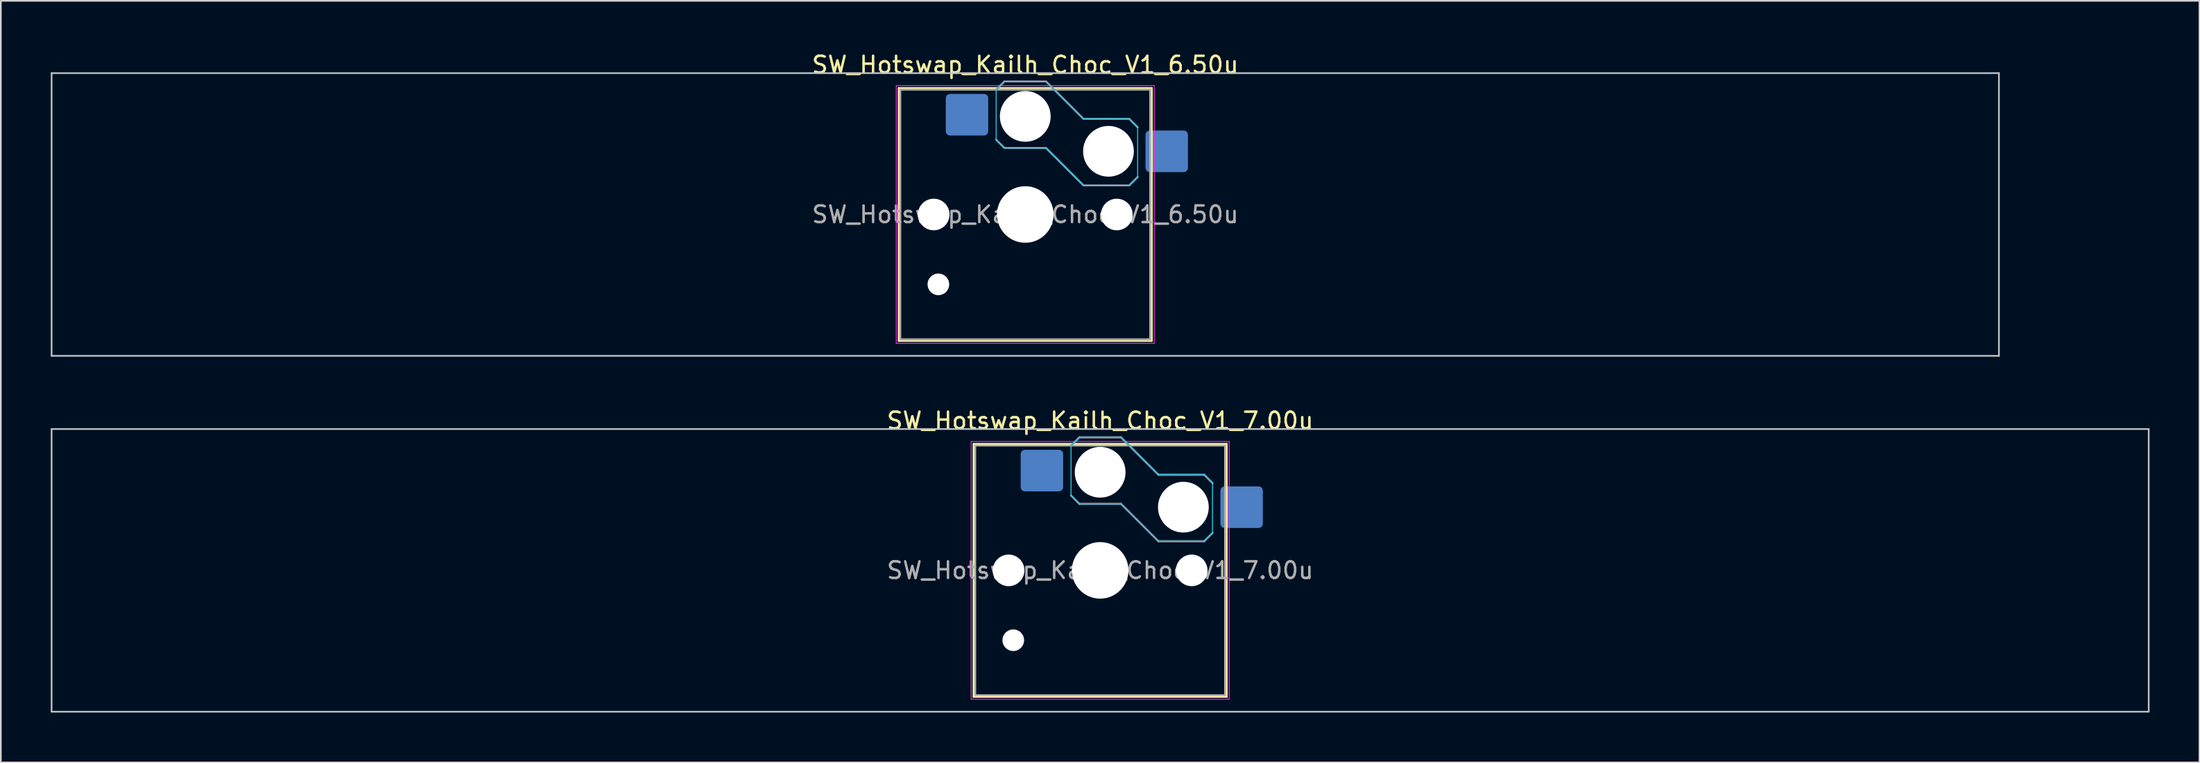
<source format=kicad_pcb>
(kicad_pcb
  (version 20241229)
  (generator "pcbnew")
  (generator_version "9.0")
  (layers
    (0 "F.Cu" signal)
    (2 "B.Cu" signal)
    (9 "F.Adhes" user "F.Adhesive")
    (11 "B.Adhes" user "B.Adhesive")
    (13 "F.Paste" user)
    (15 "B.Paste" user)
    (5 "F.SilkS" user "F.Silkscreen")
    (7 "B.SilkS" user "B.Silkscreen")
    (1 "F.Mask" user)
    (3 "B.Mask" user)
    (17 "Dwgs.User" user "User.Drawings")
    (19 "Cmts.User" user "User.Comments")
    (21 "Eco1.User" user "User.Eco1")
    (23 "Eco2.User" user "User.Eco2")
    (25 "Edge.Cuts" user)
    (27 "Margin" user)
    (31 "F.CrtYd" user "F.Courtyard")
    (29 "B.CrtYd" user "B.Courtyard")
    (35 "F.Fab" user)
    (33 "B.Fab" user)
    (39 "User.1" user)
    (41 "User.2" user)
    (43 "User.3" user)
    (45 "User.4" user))
  (footprint "SW_Hotswap_Kailh_Choc_V1_6.50u"
    (layer "F.Cu")
    (at 58.55 9.848)
    (property "Reference" "SW_Hotswap_Kailh_Choc_V1_6.50u" (at 0 -9 0) (layer "F.SilkS") (effects (font (size 1 1) (thickness 0.15))))
    (attr smd)
    (fp_line (start -7.6 -7.6) (end -7.6 7.6) (stroke (width 0.12) (type solid)) (layer "F.SilkS"))
    (fp_line (start -7.6 7.6) (end 7.6 7.6) (stroke (width 0.12) (type solid)) (layer "F.SilkS"))
    (fp_line (start 7.6 -7.6) (end -7.6 -7.6) (stroke (width 0.12) (type solid)) (layer "F.SilkS"))
    (fp_line (start 7.6 7.6) (end 7.6 -7.6) (stroke (width 0.12) (type solid)) (layer "F.SilkS"))
    (fp_line (start -1.75 -7.5) (end -1.25 -8) (stroke (width 0.12) (type solid)) (layer "B.SilkS"))
    (fp_line (start -1.25 -8) (end 1.25 -8) (stroke (width 0.12) (type solid)) (layer "B.SilkS"))
    (fp_line (start -1.25 -4) (end -1.75 -4.5) (stroke (width 0.12) (type solid)) (layer "B.SilkS"))
    (fp_line (start 1.25 -8) (end 3.5 -5.75) (stroke (width 0.12) (type solid)) (layer "B.SilkS"))
    (fp_line (start 1.25 -4) (end -1.25 -4) (stroke (width 0.12) (type solid)) (layer "B.SilkS"))
    (fp_line (start 3.5 -5.75) (end 6.25 -5.75) (stroke (width 0.12) (type solid)) (layer "B.SilkS"))
    (fp_line (start 3.5 -1.75) (end 1.25 -4) (stroke (width 0.12) (type solid)) (layer "B.SilkS"))
    (fp_line (start 6.25 -5.75) (end 6.75 -5.25) (stroke (width 0.12) (type solid)) (layer "B.SilkS"))
    (fp_line (start 6.25 -1.75) (end 3.5 -1.75) (stroke (width 0.12) (type solid)) (layer "B.SilkS"))
    (fp_line (start 6.75 -2.25) (end 6.25 -1.75) (stroke (width 0.12) (type solid)) (layer "B.SilkS"))
    (fp_line (start -58.5 -8.5) (end -58.5 8.5) (stroke (width 0.1) (type solid)) (layer "Dwgs.User"))
    (fp_line (start -58.5 8.5) (end 58.5 8.5) (stroke (width 0.1) (type solid)) (layer "Dwgs.User"))
    (fp_line (start 58.5 -8.5) (end -58.5 -8.5) (stroke (width 0.1) (type solid)) (layer "Dwgs.User"))
    (fp_line (start 58.5 8.5) (end 58.5 -8.5) (stroke (width 0.1) (type solid)) (layer "Dwgs.User"))
    (fp_line (start -7.25 -7.25) (end -7.25 7.25) (stroke (width 0.1) (type solid)) (layer "Eco1.User"))
    (fp_line (start -7.25 7.25) (end 7.25 7.25) (stroke (width 0.1) (type solid)) (layer "Eco1.User"))
    (fp_line (start 7.25 -7.25) (end -7.25 -7.25) (stroke (width 0.1) (type solid)) (layer "Eco1.User"))
    (fp_line (start 7.25 7.25) (end 7.25 -7.25) (stroke (width 0.1) (type solid)) (layer "Eco1.User"))
    (fp_line (start -1.75 -7.5) (end -1.25 -8) (stroke (width 0.05) (type solid)) (layer "B.CrtYd"))
    (fp_line (start -1.75 -4.5) (end -1.75 -7.5) (stroke (width 0.05) (type solid)) (layer "B.CrtYd"))
    (fp_line (start -1.25 -8) (end 1.25 -8) (stroke (width 0.05) (type solid)) (layer "B.CrtYd"))
    (fp_line (start -1.25 -4) (end -1.75 -4.5) (stroke (width 0.05) (type solid)) (layer "B.CrtYd"))
    (fp_line (start 1.25 -8) (end 3.5 -5.75) (stroke (width 0.05) (type solid)) (layer "B.CrtYd"))
    (fp_line (start 1.25 -4) (end -1.25 -4) (stroke (width 0.05) (type solid)) (layer "B.CrtYd"))
    (fp_line (start 3.5 -5.75) (end 6.25 -5.75) (stroke (width 0.05) (type solid)) (layer "B.CrtYd"))
    (fp_line (start 3.5 -1.75) (end 1.25 -4) (stroke (width 0.05) (type solid)) (layer "B.CrtYd"))
    (fp_line (start 6.25 -5.75) (end 6.75 -5.25) (stroke (width 0.05) (type solid)) (layer "B.CrtYd"))
    (fp_line (start 6.25 -1.75) (end 3.5 -1.75) (stroke (width 0.05) (type solid)) (layer "B.CrtYd"))
    (fp_line (start 6.75 -5.25) (end 6.75 -2.25) (stroke (width 0.05) (type solid)) (layer "B.CrtYd"))
    (fp_line (start 6.75 -2.25) (end 6.25 -1.75) (stroke (width 0.05) (type solid)) (layer "B.CrtYd"))
    (fp_line (start -7.75 -7.75) (end -7.75 7.75) (stroke (width 0.05) (type solid)) (layer "F.CrtYd"))
    (fp_line (start -7.75 7.75) (end 7.75 7.75) (stroke (width 0.05) (type solid)) (layer "F.CrtYd"))
    (fp_line (start 7.75 -7.75) (end -7.75 -7.75) (stroke (width 0.05) (type solid)) (layer "F.CrtYd"))
    (fp_line (start 7.75 7.75) (end 7.75 -7.75) (stroke (width 0.05) (type solid)) (layer "F.CrtYd"))
    (fp_line (start -1.75 -7.5) (end -1.25 -8) (stroke (width 0.1) (type solid)) (layer "B.Fab"))
    (fp_line (start -1.25 -8) (end 1.25 -8) (stroke (width 0.1) (type solid)) (layer "B.Fab"))
    (fp_line (start -1.25 -4) (end -1.75 -4.5) (stroke (width 0.1) (type solid)) (layer "B.Fab"))
    (fp_line (start 1.25 -8) (end 3.5 -5.75) (stroke (width 0.1) (type solid)) (layer "B.Fab"))
    (fp_line (start 1.25 -4) (end -1.25 -4) (stroke (width 0.1) (type solid)) (layer "B.Fab"))
    (fp_line (start 3.5 -5.75) (end 6.25 -5.75) (stroke (width 0.1) (type solid)) (layer "B.Fab"))
    (fp_line (start 3.5 -1.75) (end 1.25 -4) (stroke (width 0.1) (type solid)) (layer "B.Fab"))
    (fp_line (start 6.25 -5.75) (end 6.75 -5.25) (stroke (width 0.1) (type solid)) (layer "B.Fab"))
    (fp_line (start 6.25 -1.75) (end 3.5 -1.75) (stroke (width 0.1) (type solid)) (layer "B.Fab"))
    (fp_line (start 6.75 -2.25) (end 6.25 -1.75) (stroke (width 0.1) (type solid)) (layer "B.Fab"))
    (fp_line (start -7.5 -7.5) (end -7.5 7.5) (stroke (width 0.1) (type solid)) (layer "F.Fab"))
    (fp_line (start -7.5 7.5) (end 7.5 7.5) (stroke (width 0.1) (type solid)) (layer "F.Fab"))
    (fp_line (start 7.5 -7.5) (end -7.5 -7.5) (stroke (width 0.1) (type solid)) (layer "F.Fab"))
    (fp_line (start 7.5 7.5) (end 7.5 -7.5) (stroke (width 0.1) (type solid)) (layer "F.Fab"))
    (fp_text user "${REFERENCE}" (at 0 0 0) (layer "F.Fab") (effects (font (size 1 1) (thickness 0.15))))
    (pad "" np_thru_hole circle (at -5.5 0) (size 1.9 1.9) (drill 1.9) (layers "*.Cu" "*.Mask"))
    (pad "" np_thru_hole circle (at -5.22 4.2) (size 1.3 1.3) (drill 1.3) (layers "*.Cu" "*.Mask"))
    (pad "" np_thru_hole circle (at 0 -5.9) (size 3.05 3.05) (drill 3.05) (layers "*.Cu" "*.Mask"))
    (pad "" np_thru_hole circle (at 0 0) (size 3.4 3.4) (drill 3.4) (layers "*.Cu" "*.Mask"))
    (pad "" np_thru_hole circle (at 5 -3.8) (size 3.05 3.05) (drill 3.05) (layers "*.Cu" "*.Mask"))
    (pad "" np_thru_hole circle (at 5.5 0) (size 1.9 1.9) (drill 1.9) (layers "*.Cu" "*.Mask"))
    (pad "1" smd roundrect (at -3.5 -6) (size 2.55 2.5) (layers "B.Cu" "B.Mask" "B.Paste") (roundrect_rratio 0.1))
    (pad "2" smd roundrect (at 8.5 -3.8) (size 2.55 2.5) (layers "B.Cu" "B.Mask" "B.Paste") (roundrect_rratio 0.1)))
  (footprint "SW_Hotswap_Kailh_Choc_V1_7.00u"
    (layer "F.Cu")
    (at 63.05 31.247)
    (property "Reference" "SW_Hotswap_Kailh_Choc_V1_7.00u" (at 0 -9 0) (layer "F.SilkS") (effects (font (size 1 1) (thickness 0.15))))
    (attr smd)
    (fp_line (start -7.6 -7.6) (end -7.6 7.6) (stroke (width 0.12) (type solid)) (layer "F.SilkS"))
    (fp_line (start -7.6 7.6) (end 7.6 7.6) (stroke (width 0.12) (type solid)) (layer "F.SilkS"))
    (fp_line (start 7.6 -7.6) (end -7.6 -7.6) (stroke (width 0.12) (type solid)) (layer "F.SilkS"))
    (fp_line (start 7.6 7.6) (end 7.6 -7.6) (stroke (width 0.12) (type solid)) (layer "F.SilkS"))
    (fp_line (start -1.75 -7.5) (end -1.25 -8) (stroke (width 0.12) (type solid)) (layer "B.SilkS"))
    (fp_line (start -1.25 -8) (end 1.25 -8) (stroke (width 0.12) (type solid)) (layer "B.SilkS"))
    (fp_line (start -1.25 -4) (end -1.75 -4.5) (stroke (width 0.12) (type solid)) (layer "B.SilkS"))
    (fp_line (start 1.25 -8) (end 3.5 -5.75) (stroke (width 0.12) (type solid)) (layer "B.SilkS"))
    (fp_line (start 1.25 -4) (end -1.25 -4) (stroke (width 0.12) (type solid)) (layer "B.SilkS"))
    (fp_line (start 3.5 -5.75) (end 6.25 -5.75) (stroke (width 0.12) (type solid)) (layer "B.SilkS"))
    (fp_line (start 3.5 -1.75) (end 1.25 -4) (stroke (width 0.12) (type solid)) (layer "B.SilkS"))
    (fp_line (start 6.25 -5.75) (end 6.75 -5.25) (stroke (width 0.12) (type solid)) (layer "B.SilkS"))
    (fp_line (start 6.25 -1.75) (end 3.5 -1.75) (stroke (width 0.12) (type solid)) (layer "B.SilkS"))
    (fp_line (start 6.75 -2.25) (end 6.25 -1.75) (stroke (width 0.12) (type solid)) (layer "B.SilkS"))
    (fp_line (start -63 -8.5) (end -63 8.5) (stroke (width 0.1) (type solid)) (layer "Dwgs.User"))
    (fp_line (start -63 8.5) (end 63 8.5) (stroke (width 0.1) (type solid)) (layer "Dwgs.User"))
    (fp_line (start 63 -8.5) (end -63 -8.5) (stroke (width 0.1) (type solid)) (layer "Dwgs.User"))
    (fp_line (start 63 8.5) (end 63 -8.5) (stroke (width 0.1) (type solid)) (layer "Dwgs.User"))
    (fp_line (start -7.25 -7.25) (end -7.25 7.25) (stroke (width 0.1) (type solid)) (layer "Eco1.User"))
    (fp_line (start -7.25 7.25) (end 7.25 7.25) (stroke (width 0.1) (type solid)) (layer "Eco1.User"))
    (fp_line (start 7.25 -7.25) (end -7.25 -7.25) (stroke (width 0.1) (type solid)) (layer "Eco1.User"))
    (fp_line (start 7.25 7.25) (end 7.25 -7.25) (stroke (width 0.1) (type solid)) (layer "Eco1.User"))
    (fp_line (start -1.75 -7.5) (end -1.25 -8) (stroke (width 0.05) (type solid)) (layer "B.CrtYd"))
    (fp_line (start -1.75 -4.5) (end -1.75 -7.5) (stroke (width 0.05) (type solid)) (layer "B.CrtYd"))
    (fp_line (start -1.25 -8) (end 1.25 -8) (stroke (width 0.05) (type solid)) (layer "B.CrtYd"))
    (fp_line (start -1.25 -4) (end -1.75 -4.5) (stroke (width 0.05) (type solid)) (layer "B.CrtYd"))
    (fp_line (start 1.25 -8) (end 3.5 -5.75) (stroke (width 0.05) (type solid)) (layer "B.CrtYd"))
    (fp_line (start 1.25 -4) (end -1.25 -4) (stroke (width 0.05) (type solid)) (layer "B.CrtYd"))
    (fp_line (start 3.5 -5.75) (end 6.25 -5.75) (stroke (width 0.05) (type solid)) (layer "B.CrtYd"))
    (fp_line (start 3.5 -1.75) (end 1.25 -4) (stroke (width 0.05) (type solid)) (layer "B.CrtYd"))
    (fp_line (start 6.25 -5.75) (end 6.75 -5.25) (stroke (width 0.05) (type solid)) (layer "B.CrtYd"))
    (fp_line (start 6.25 -1.75) (end 3.5 -1.75) (stroke (width 0.05) (type solid)) (layer "B.CrtYd"))
    (fp_line (start 6.75 -5.25) (end 6.75 -2.25) (stroke (width 0.05) (type solid)) (layer "B.CrtYd"))
    (fp_line (start 6.75 -2.25) (end 6.25 -1.75) (stroke (width 0.05) (type solid)) (layer "B.CrtYd"))
    (fp_line (start -7.75 -7.75) (end -7.75 7.75) (stroke (width 0.05) (type solid)) (layer "F.CrtYd"))
    (fp_line (start -7.75 7.75) (end 7.75 7.75) (stroke (width 0.05) (type solid)) (layer "F.CrtYd"))
    (fp_line (start 7.75 -7.75) (end -7.75 -7.75) (stroke (width 0.05) (type solid)) (layer "F.CrtYd"))
    (fp_line (start 7.75 7.75) (end 7.75 -7.75) (stroke (width 0.05) (type solid)) (layer "F.CrtYd"))
    (fp_line (start -1.75 -7.5) (end -1.25 -8) (stroke (width 0.1) (type solid)) (layer "B.Fab"))
    (fp_line (start -1.25 -8) (end 1.25 -8) (stroke (width 0.1) (type solid)) (layer "B.Fab"))
    (fp_line (start -1.25 -4) (end -1.75 -4.5) (stroke (width 0.1) (type solid)) (layer "B.Fab"))
    (fp_line (start 1.25 -8) (end 3.5 -5.75) (stroke (width 0.1) (type solid)) (layer "B.Fab"))
    (fp_line (start 1.25 -4) (end -1.25 -4) (stroke (width 0.1) (type solid)) (layer "B.Fab"))
    (fp_line (start 3.5 -5.75) (end 6.25 -5.75) (stroke (width 0.1) (type solid)) (layer "B.Fab"))
    (fp_line (start 3.5 -1.75) (end 1.25 -4) (stroke (width 0.1) (type solid)) (layer "B.Fab"))
    (fp_line (start 6.25 -5.75) (end 6.75 -5.25) (stroke (width 0.1) (type solid)) (layer "B.Fab"))
    (fp_line (start 6.25 -1.75) (end 3.5 -1.75) (stroke (width 0.1) (type solid)) (layer "B.Fab"))
    (fp_line (start 6.75 -2.25) (end 6.25 -1.75) (stroke (width 0.1) (type solid)) (layer "B.Fab"))
    (fp_line (start -7.5 -7.5) (end -7.5 7.5) (stroke (width 0.1) (type solid)) (layer "F.Fab"))
    (fp_line (start -7.5 7.5) (end 7.5 7.5) (stroke (width 0.1) (type solid)) (layer "F.Fab"))
    (fp_line (start 7.5 -7.5) (end -7.5 -7.5) (stroke (width 0.1) (type solid)) (layer "F.Fab"))
    (fp_line (start 7.5 7.5) (end 7.5 -7.5) (stroke (width 0.1) (type solid)) (layer "F.Fab"))
    (fp_text user "${REFERENCE}" (at 0 0 0) (layer "F.Fab") (effects (font (size 1 1) (thickness 0.15))))
    (pad "" np_thru_hole circle (at -5.5 0) (size 1.9 1.9) (drill 1.9) (layers "*.Cu" "*.Mask"))
    (pad "" np_thru_hole circle (at -5.22 4.2) (size 1.3 1.3) (drill 1.3) (layers "*.Cu" "*.Mask"))
    (pad "" np_thru_hole circle (at 0 -5.9) (size 3.05 3.05) (drill 3.05) (layers "*.Cu" "*.Mask"))
    (pad "" np_thru_hole circle (at 0 0) (size 3.4 3.4) (drill 3.4) (layers "*.Cu" "*.Mask"))
    (pad "" np_thru_hole circle (at 5 -3.8) (size 3.05 3.05) (drill 3.05) (layers "*.Cu" "*.Mask"))
    (pad "" np_thru_hole circle (at 5.5 0) (size 1.9 1.9) (drill 1.9) (layers "*.Cu" "*.Mask"))
    (pad "1" smd roundrect (at -3.5 -6) (size 2.55 2.5) (layers "B.Cu" "B.Mask" "B.Paste") (roundrect_rratio 0.1))
    (pad "2" smd roundrect (at 8.5 -3.8) (size 2.55 2.5) (layers "B.Cu" "B.Mask" "B.Paste") (roundrect_rratio 0.1)))
  (gr_rect
    (start -3 -3)
    (end 129.1 42.797)
    (stroke (width 0.1) (type default))
    (fill no)
    (layer "Edge.Cuts")))
</source>
